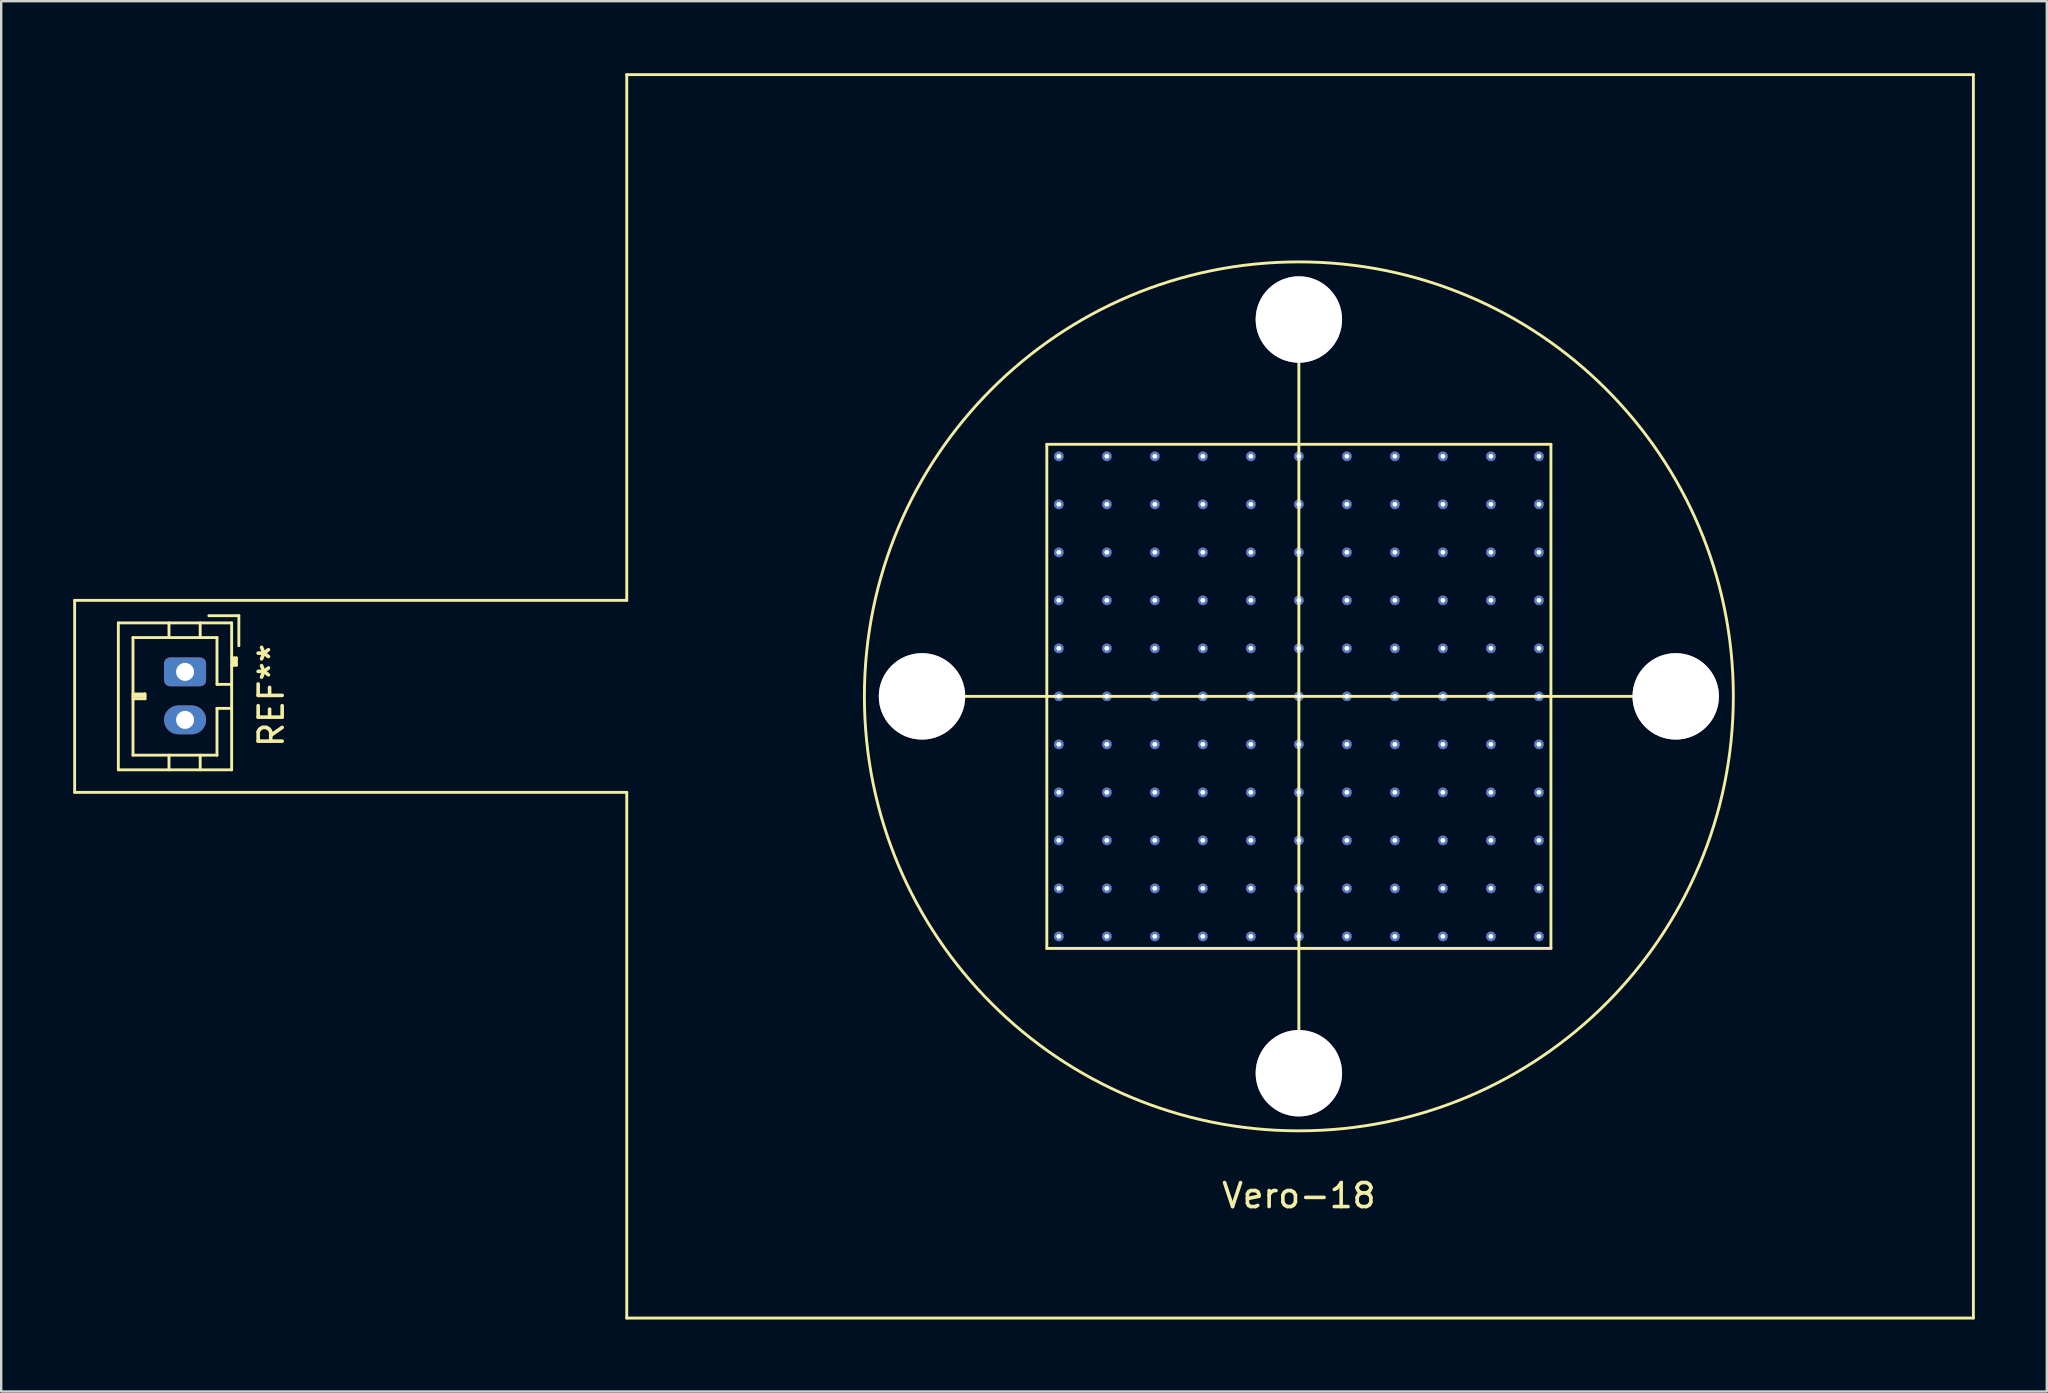
<source format=kicad_pcb>
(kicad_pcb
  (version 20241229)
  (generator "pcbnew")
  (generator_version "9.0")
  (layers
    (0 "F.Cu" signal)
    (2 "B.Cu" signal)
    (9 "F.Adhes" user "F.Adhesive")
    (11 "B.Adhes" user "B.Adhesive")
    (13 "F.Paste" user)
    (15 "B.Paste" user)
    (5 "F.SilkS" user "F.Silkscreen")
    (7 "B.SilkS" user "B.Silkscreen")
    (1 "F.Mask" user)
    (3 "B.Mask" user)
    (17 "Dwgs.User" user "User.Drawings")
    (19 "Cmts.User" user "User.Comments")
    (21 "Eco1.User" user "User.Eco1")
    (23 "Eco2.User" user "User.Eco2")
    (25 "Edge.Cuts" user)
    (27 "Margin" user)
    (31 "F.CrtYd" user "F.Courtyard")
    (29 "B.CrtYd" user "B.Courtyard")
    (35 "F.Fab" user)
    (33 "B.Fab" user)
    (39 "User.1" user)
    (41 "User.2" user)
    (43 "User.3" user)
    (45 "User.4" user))
  (footprint "Vero-18"
    (layer "F.Cu")
    (at 51.06 25.96)
    (property "Reference" "Vero-18" (at 0 20.8 0) (layer "F.SilkS") (effects (font (size 1 1) (thickness 0.15))))
    (attr through_hole)
    (fp_line (start -51 -4) (end -28 -4) (stroke (width 0.12) (type solid)) (layer "F.SilkS"))
    (fp_line (start -51 4) (end -51 -4) (stroke (width 0.12) (type solid)) (layer "F.SilkS"))
    (fp_line (start -49.18 -3.06) (end -49.18 3.06) (stroke (width 0.12) (type solid)) (layer "F.SilkS"))
    (fp_line (start -49.18 3.06) (end -44.46 3.06) (stroke (width 0.12) (type solid)) (layer "F.SilkS"))
    (fp_line (start -48.57 -2.45) (end -48.57 2.45) (stroke (width 0.12) (type solid)) (layer "F.SilkS"))
    (fp_line (start -48.57 -0.1) (end -48.07 -0.1) (stroke (width 0.12) (type solid)) (layer "F.SilkS"))
    (fp_line (start -48.57 0) (end -48.07 0) (stroke (width 0.12) (type solid)) (layer "F.SilkS"))
    (fp_line (start -48.57 2.45) (end -45.07 2.45) (stroke (width 0.12) (type solid)) (layer "F.SilkS"))
    (fp_line (start -48.07 -0.1) (end -48.07 0.1) (stroke (width 0.12) (type solid)) (layer "F.SilkS"))
    (fp_line (start -48.07 0.1) (end -48.57 0.1) (stroke (width 0.12) (type solid)) (layer "F.SilkS"))
    (fp_line (start -47.07 -3.06) (end -47.07 -2.45) (stroke (width 0.12) (type solid)) (layer "F.SilkS"))
    (fp_line (start -47.07 3.06) (end -47.07 2.45) (stroke (width 0.12) (type solid)) (layer "F.SilkS"))
    (fp_line (start -45.77 -3.06) (end -45.77 -2.45) (stroke (width 0.12) (type solid)) (layer "F.SilkS"))
    (fp_line (start -45.77 3.06) (end -45.77 2.45) (stroke (width 0.12) (type solid)) (layer "F.SilkS"))
    (fp_line (start -45.07 -2.45) (end -48.57 -2.45) (stroke (width 0.12) (type solid)) (layer "F.SilkS"))
    (fp_line (start -45.07 -0.5) (end -45.07 -2.45) (stroke (width 0.12) (type solid)) (layer "F.SilkS"))
    (fp_line (start -45.07 0.5) (end -44.46 0.5) (stroke (width 0.12) (type solid)) (layer "F.SilkS"))
    (fp_line (start -45.07 2.45) (end -45.07 0.5) (stroke (width 0.12) (type solid)) (layer "F.SilkS"))
    (fp_line (start -44.46 -3.06) (end -49.18 -3.06) (stroke (width 0.12) (type solid)) (layer "F.SilkS"))
    (fp_line (start -44.46 -1.3) (end -44.26 -1.3) (stroke (width 0.12) (type solid)) (layer "F.SilkS"))
    (fp_line (start -44.46 -0.5) (end -45.07 -0.5) (stroke (width 0.12) (type solid)) (layer "F.SilkS"))
    (fp_line (start -44.46 3.06) (end -44.46 -3.06) (stroke (width 0.12) (type solid)) (layer "F.SilkS"))
    (fp_line (start -44.36 -1.3) (end -44.36 -1.6) (stroke (width 0.12) (type solid)) (layer "F.SilkS"))
    (fp_line (start -44.26 -1.6) (end -44.46 -1.6) (stroke (width 0.12) (type solid)) (layer "F.SilkS"))
    (fp_line (start -44.26 -1.3) (end -44.26 -1.6) (stroke (width 0.12) (type solid)) (layer "F.SilkS"))
    (fp_line (start -44.16 -3.36) (end -45.41 -3.36) (stroke (width 0.12) (type solid)) (layer "F.SilkS"))
    (fp_line (start -44.16 -2.11) (end -44.16 -3.36) (stroke (width 0.12) (type solid)) (layer "F.SilkS"))
    (fp_line (start -28 -25.9) (end 28.1 -25.9) (stroke (width 0.12) (type solid)) (layer "F.SilkS"))
    (fp_line (start -28 -4) (end -28 -25.9) (stroke (width 0.12) (type solid)) (layer "F.SilkS"))
    (fp_line (start -28 4) (end -51 4) (stroke (width 0.12) (type solid)) (layer "F.SilkS"))
    (fp_line (start -28 25.9) (end -28 4) (stroke (width 0.12) (type solid)) (layer "F.SilkS"))
    (fp_line (start -15.7 0) (end 15.7 0) (stroke (width 0.12) (type solid)) (layer "F.SilkS"))
    (fp_line (start -10.5 -10.5) (end -10.5 10.5) (stroke (width 0.12) (type solid)) (layer "F.SilkS"))
    (fp_line (start -10.5 -10.5) (end 10.5 -10.5) (stroke (width 0.12) (type solid)) (layer "F.SilkS"))
    (fp_line (start -10.5 10.5) (end 10.5 10.5) (stroke (width 0.12) (type solid)) (layer "F.SilkS"))
    (fp_line (start 0 -15.7) (end 0 15.7) (stroke (width 0.12) (type solid)) (layer "F.SilkS"))
    (fp_line (start 10.5 10.5) (end 10.5 -10.5) (stroke (width 0.12) (type solid)) (layer "F.SilkS"))
    (fp_line (start 28.1 -25.9) (end 28.1 25.9) (stroke (width 0.12) (type solid)) (layer "F.SilkS"))
    (fp_line (start 28.1 25.9) (end -28 25.9) (stroke (width 0.12) (type solid)) (layer "F.SilkS"))
    (fp_circle (center 0 0) (end 18.1 0) (stroke (width 0.12) (type solid)) (fill no) (layer "F.SilkS"))
    (fp_text user "REF**" (at -42.81 -0.04 270) (layer "F.SilkS") (effects (font (size 1 1) (thickness 0.15))))
    (pad "0" thru_hole circle (at -15.7 0) (size 3.6 3.6) (drill 3.6) (layers "*.Cu" "*.Mask"))
    (pad "0" thru_hole circle (at -10 -10) (size 0.4 0.4) (drill 0.2) (layers "*.Cu" "*.Mask"))
    (pad "0" thru_hole circle (at -10 -8) (size 0.4 0.4) (drill 0.2) (layers "*.Cu" "*.Mask"))
    (pad "0" thru_hole circle (at -10 -6) (size 0.4 0.4) (drill 0.2) (layers "*.Cu" "*.Mask"))
    (pad "0" thru_hole circle (at -10 -4) (size 0.4 0.4) (drill 0.2) (layers "*.Cu" "*.Mask"))
    (pad "0" thru_hole circle (at -10 -2) (size 0.4 0.4) (drill 0.2) (layers "*.Cu" "*.Mask"))
    (pad "0" thru_hole circle (at -10 0) (size 0.4 0.4) (drill 0.2) (layers "*.Cu" "*.Mask"))
    (pad "0" thru_hole circle (at -10 2) (size 0.4 0.4) (drill 0.2) (layers "*.Cu" "*.Mask"))
    (pad "0" thru_hole circle (at -10 4) (size 0.4 0.4) (drill 0.2) (layers "*.Cu" "*.Mask"))
    (pad "0" thru_hole circle (at -10 6) (size 0.4 0.4) (drill 0.2) (layers "*.Cu" "*.Mask"))
    (pad "0" thru_hole circle (at -10 8) (size 0.4 0.4) (drill 0.2) (layers "*.Cu" "*.Mask"))
    (pad "0" thru_hole circle (at -10 10) (size 0.4 0.4) (drill 0.2) (layers "*.Cu" "*.Mask"))
    (pad "0" thru_hole circle (at -8 -10) (size 0.4 0.4) (drill 0.2) (layers "*.Cu" "*.Mask"))
    (pad "0" thru_hole circle (at -8 -8) (size 0.4 0.4) (drill 0.2) (layers "*.Cu" "*.Mask"))
    (pad "0" thru_hole circle (at -8 -6) (size 0.4 0.4) (drill 0.2) (layers "*.Cu" "*.Mask"))
    (pad "0" thru_hole circle (at -8 -4) (size 0.4 0.4) (drill 0.2) (layers "*.Cu" "*.Mask"))
    (pad "0" thru_hole circle (at -8 -2) (size 0.4 0.4) (drill 0.2) (layers "*.Cu" "*.Mask"))
    (pad "0" thru_hole circle (at -8 0) (size 0.4 0.4) (drill 0.2) (layers "*.Cu" "*.Mask"))
    (pad "0" thru_hole circle (at -8 2) (size 0.4 0.4) (drill 0.2) (layers "*.Cu" "*.Mask"))
    (pad "0" thru_hole circle (at -8 4) (size 0.4 0.4) (drill 0.2) (layers "*.Cu" "*.Mask"))
    (pad "0" thru_hole circle (at -8 6) (size 0.4 0.4) (drill 0.2) (layers "*.Cu" "*.Mask"))
    (pad "0" thru_hole circle (at -8 8) (size 0.4 0.4) (drill 0.2) (layers "*.Cu" "*.Mask"))
    (pad "0" thru_hole circle (at -8 10) (size 0.4 0.4) (drill 0.2) (layers "*.Cu" "*.Mask"))
    (pad "0" thru_hole circle (at -6 -10) (size 0.4 0.4) (drill 0.2) (layers "*.Cu" "*.Mask"))
    (pad "0" thru_hole circle (at -6 -8) (size 0.4 0.4) (drill 0.2) (layers "*.Cu" "*.Mask"))
    (pad "0" thru_hole circle (at -6 -6) (size 0.4 0.4) (drill 0.2) (layers "*.Cu" "*.Mask"))
    (pad "0" thru_hole circle (at -6 -4) (size 0.4 0.4) (drill 0.2) (layers "*.Cu" "*.Mask"))
    (pad "0" thru_hole circle (at -6 -2) (size 0.4 0.4) (drill 0.2) (layers "*.Cu" "*.Mask"))
    (pad "0" thru_hole circle (at -6 0) (size 0.4 0.4) (drill 0.2) (layers "*.Cu" "*.Mask"))
    (pad "0" thru_hole circle (at -6 2) (size 0.4 0.4) (drill 0.2) (layers "*.Cu" "*.Mask"))
    (pad "0" thru_hole circle (at -6 4) (size 0.4 0.4) (drill 0.2) (layers "*.Cu" "*.Mask"))
    (pad "0" thru_hole circle (at -6 6) (size 0.4 0.4) (drill 0.2) (layers "*.Cu" "*.Mask"))
    (pad "0" thru_hole circle (at -6 8) (size 0.4 0.4) (drill 0.2) (layers "*.Cu" "*.Mask"))
    (pad "0" thru_hole circle (at -6 10) (size 0.4 0.4) (drill 0.2) (layers "*.Cu" "*.Mask"))
    (pad "0" thru_hole circle (at -4 -10) (size 0.4 0.4) (drill 0.2) (layers "*.Cu" "*.Mask"))
    (pad "0" thru_hole circle (at -4 -8) (size 0.4 0.4) (drill 0.2) (layers "*.Cu" "*.Mask"))
    (pad "0" thru_hole circle (at -4 -6) (size 0.4 0.4) (drill 0.2) (layers "*.Cu" "*.Mask"))
    (pad "0" thru_hole circle (at -4 -4) (size 0.4 0.4) (drill 0.2) (layers "*.Cu" "*.Mask"))
    (pad "0" thru_hole circle (at -4 -2) (size 0.4 0.4) (drill 0.2) (layers "*.Cu" "*.Mask"))
    (pad "0" thru_hole circle (at -4 0) (size 0.4 0.4) (drill 0.2) (layers "*.Cu" "*.Mask"))
    (pad "0" thru_hole circle (at -4 2) (size 0.4 0.4) (drill 0.2) (layers "*.Cu" "*.Mask"))
    (pad "0" thru_hole circle (at -4 4) (size 0.4 0.4) (drill 0.2) (layers "*.Cu" "*.Mask"))
    (pad "0" thru_hole circle (at -4 6) (size 0.4 0.4) (drill 0.2) (layers "*.Cu" "*.Mask"))
    (pad "0" thru_hole circle (at -4 8) (size 0.4 0.4) (drill 0.2) (layers "*.Cu" "*.Mask"))
    (pad "0" thru_hole circle (at -4 10) (size 0.4 0.4) (drill 0.2) (layers "*.Cu" "*.Mask"))
    (pad "0" thru_hole circle (at -2 -10) (size 0.4 0.4) (drill 0.2) (layers "*.Cu" "*.Mask"))
    (pad "0" thru_hole circle (at -2 -8) (size 0.4 0.4) (drill 0.2) (layers "*.Cu" "*.Mask"))
    (pad "0" thru_hole circle (at -2 -6) (size 0.4 0.4) (drill 0.2) (layers "*.Cu" "*.Mask"))
    (pad "0" thru_hole circle (at -2 -4) (size 0.4 0.4) (drill 0.2) (layers "*.Cu" "*.Mask"))
    (pad "0" thru_hole circle (at -2 -2) (size 0.4 0.4) (drill 0.2) (layers "*.Cu" "*.Mask"))
    (pad "0" thru_hole circle (at -2 0) (size 0.4 0.4) (drill 0.2) (layers "*.Cu" "*.Mask"))
    (pad "0" thru_hole circle (at -2 2) (size 0.4 0.4) (drill 0.2) (layers "*.Cu" "*.Mask"))
    (pad "0" thru_hole circle (at -2 4) (size 0.4 0.4) (drill 0.2) (layers "*.Cu" "*.Mask"))
    (pad "0" thru_hole circle (at -2 6) (size 0.4 0.4) (drill 0.2) (layers "*.Cu" "*.Mask"))
    (pad "0" thru_hole circle (at -2 8) (size 0.4 0.4) (drill 0.2) (layers "*.Cu" "*.Mask"))
    (pad "0" thru_hole circle (at -2 10) (size 0.4 0.4) (drill 0.2) (layers "*.Cu" "*.Mask"))
    (pad "0" thru_hole circle (at 0 -15.7) (size 3.6 3.6) (drill 3.6) (layers "*.Cu" "*.Mask"))
    (pad "0" thru_hole circle (at 0 -10) (size 0.4 0.4) (drill 0.2) (layers "*.Cu" "*.Mask"))
    (pad "0" thru_hole circle (at 0 -8) (size 0.4 0.4) (drill 0.2) (layers "*.Cu" "*.Mask"))
    (pad "0" thru_hole circle (at 0 -6) (size 0.4 0.4) (drill 0.2) (layers "*.Cu" "*.Mask"))
    (pad "0" thru_hole circle (at 0 -4) (size 0.4 0.4) (drill 0.2) (layers "*.Cu" "*.Mask"))
    (pad "0" thru_hole circle (at 0 -2) (size 0.4 0.4) (drill 0.2) (layers "*.Cu" "*.Mask"))
    (pad "0" thru_hole circle (at 0 0) (size 0.4 0.4) (drill 0.2) (layers "*.Cu" "*.Mask"))
    (pad "0" thru_hole circle (at 0 2) (size 0.4 0.4) (drill 0.2) (layers "*.Cu" "*.Mask"))
    (pad "0" thru_hole circle (at 0 4) (size 0.4 0.4) (drill 0.2) (layers "*.Cu" "*.Mask"))
    (pad "0" thru_hole circle (at 0 6) (size 0.4 0.4) (drill 0.2) (layers "*.Cu" "*.Mask"))
    (pad "0" thru_hole circle (at 0 8) (size 0.4 0.4) (drill 0.2) (layers "*.Cu" "*.Mask"))
    (pad "0" thru_hole circle (at 0 10) (size 0.4 0.4) (drill 0.2) (layers "*.Cu" "*.Mask"))
    (pad "0" thru_hole circle (at 0 15.7) (size 3.6 3.6) (drill 3.6) (layers "*.Cu" "*.Mask"))
    (pad "0" thru_hole circle (at 2 -10) (size 0.4 0.4) (drill 0.2) (layers "*.Cu" "*.Mask"))
    (pad "0" thru_hole circle (at 2 -8) (size 0.4 0.4) (drill 0.2) (layers "*.Cu" "*.Mask"))
    (pad "0" thru_hole circle (at 2 -6) (size 0.4 0.4) (drill 0.2) (layers "*.Cu" "*.Mask"))
    (pad "0" thru_hole circle (at 2 -4) (size 0.4 0.4) (drill 0.2) (layers "*.Cu" "*.Mask"))
    (pad "0" thru_hole circle (at 2 -2) (size 0.4 0.4) (drill 0.2) (layers "*.Cu" "*.Mask"))
    (pad "0" thru_hole circle (at 2 0) (size 0.4 0.4) (drill 0.2) (layers "*.Cu" "*.Mask"))
    (pad "0" thru_hole circle (at 2 2) (size 0.4 0.4) (drill 0.2) (layers "*.Cu" "*.Mask"))
    (pad "0" thru_hole circle (at 2 4) (size 0.4 0.4) (drill 0.2) (layers "*.Cu" "*.Mask"))
    (pad "0" thru_hole circle (at 2 6) (size 0.4 0.4) (drill 0.2) (layers "*.Cu" "*.Mask"))
    (pad "0" thru_hole circle (at 2 8) (size 0.4 0.4) (drill 0.2) (layers "*.Cu" "*.Mask"))
    (pad "0" thru_hole circle (at 2 10) (size 0.4 0.4) (drill 0.2) (layers "*.Cu" "*.Mask"))
    (pad "0" thru_hole circle (at 4 -10) (size 0.4 0.4) (drill 0.2) (layers "*.Cu" "*.Mask"))
    (pad "0" thru_hole circle (at 4 -8) (size 0.4 0.4) (drill 0.2) (layers "*.Cu" "*.Mask"))
    (pad "0" thru_hole circle (at 4 -6) (size 0.4 0.4) (drill 0.2) (layers "*.Cu" "*.Mask"))
    (pad "0" thru_hole circle (at 4 -4) (size 0.4 0.4) (drill 0.2) (layers "*.Cu" "*.Mask"))
    (pad "0" thru_hole circle (at 4 -2) (size 0.4 0.4) (drill 0.2) (layers "*.Cu" "*.Mask"))
    (pad "0" thru_hole circle (at 4 0) (size 0.4 0.4) (drill 0.2) (layers "*.Cu" "*.Mask"))
    (pad "0" thru_hole circle (at 4 2) (size 0.4 0.4) (drill 0.2) (layers "*.Cu" "*.Mask"))
    (pad "0" thru_hole circle (at 4 4) (size 0.4 0.4) (drill 0.2) (layers "*.Cu" "*.Mask"))
    (pad "0" thru_hole circle (at 4 6) (size 0.4 0.4) (drill 0.2) (layers "*.Cu" "*.Mask"))
    (pad "0" thru_hole circle (at 4 8) (size 0.4 0.4) (drill 0.2) (layers "*.Cu" "*.Mask"))
    (pad "0" thru_hole circle (at 4 10) (size 0.4 0.4) (drill 0.2) (layers "*.Cu" "*.Mask"))
    (pad "0" thru_hole circle (at 6 -10) (size 0.4 0.4) (drill 0.2) (layers "*.Cu" "*.Mask"))
    (pad "0" thru_hole circle (at 6 -8) (size 0.4 0.4) (drill 0.2) (layers "*.Cu" "*.Mask"))
    (pad "0" thru_hole circle (at 6 -6) (size 0.4 0.4) (drill 0.2) (layers "*.Cu" "*.Mask"))
    (pad "0" thru_hole circle (at 6 -4) (size 0.4 0.4) (drill 0.2) (layers "*.Cu" "*.Mask"))
    (pad "0" thru_hole circle (at 6 -2) (size 0.4 0.4) (drill 0.2) (layers "*.Cu" "*.Mask"))
    (pad "0" thru_hole circle (at 6 0) (size 0.4 0.4) (drill 0.2) (layers "*.Cu" "*.Mask"))
    (pad "0" thru_hole circle (at 6 2) (size 0.4 0.4) (drill 0.2) (layers "*.Cu" "*.Mask"))
    (pad "0" thru_hole circle (at 6 4) (size 0.4 0.4) (drill 0.2) (layers "*.Cu" "*.Mask"))
    (pad "0" thru_hole circle (at 6 6) (size 0.4 0.4) (drill 0.2) (layers "*.Cu" "*.Mask"))
    (pad "0" thru_hole circle (at 6 8) (size 0.4 0.4) (drill 0.2) (layers "*.Cu" "*.Mask"))
    (pad "0" thru_hole circle (at 6 10) (size 0.4 0.4) (drill 0.2) (layers "*.Cu" "*.Mask"))
    (pad "0" thru_hole circle (at 8 -10) (size 0.4 0.4) (drill 0.2) (layers "*.Cu" "*.Mask"))
    (pad "0" thru_hole circle (at 8 -8) (size 0.4 0.4) (drill 0.2) (layers "*.Cu" "*.Mask"))
    (pad "0" thru_hole circle (at 8 -6) (size 0.4 0.4) (drill 0.2) (layers "*.Cu" "*.Mask"))
    (pad "0" thru_hole circle (at 8 -4) (size 0.4 0.4) (drill 0.2) (layers "*.Cu" "*.Mask"))
    (pad "0" thru_hole circle (at 8 -2) (size 0.4 0.4) (drill 0.2) (layers "*.Cu" "*.Mask"))
    (pad "0" thru_hole circle (at 8 0) (size 0.4 0.4) (drill 0.2) (layers "*.Cu" "*.Mask"))
    (pad "0" thru_hole circle (at 8 2) (size 0.4 0.4) (drill 0.2) (layers "*.Cu" "*.Mask"))
    (pad "0" thru_hole circle (at 8 4) (size 0.4 0.4) (drill 0.2) (layers "*.Cu" "*.Mask"))
    (pad "0" thru_hole circle (at 8 6) (size 0.4 0.4) (drill 0.2) (layers "*.Cu" "*.Mask"))
    (pad "0" thru_hole circle (at 8 8) (size 0.4 0.4) (drill 0.2) (layers "*.Cu" "*.Mask"))
    (pad "0" thru_hole circle (at 8 10) (size 0.4 0.4) (drill 0.2) (layers "*.Cu" "*.Mask"))
    (pad "0" thru_hole circle (at 10 -10) (size 0.4 0.4) (drill 0.2) (layers "*.Cu" "*.Mask"))
    (pad "0" thru_hole circle (at 10 -8) (size 0.4 0.4) (drill 0.2) (layers "*.Cu" "*.Mask"))
    (pad "0" thru_hole circle (at 10 -6) (size 0.4 0.4) (drill 0.2) (layers "*.Cu" "*.Mask"))
    (pad "0" thru_hole circle (at 10 -4) (size 0.4 0.4) (drill 0.2) (layers "*.Cu" "*.Mask"))
    (pad "0" thru_hole circle (at 10 -2) (size 0.4 0.4) (drill 0.2) (layers "*.Cu" "*.Mask"))
    (pad "0" thru_hole circle (at 10 0) (size 0.4 0.4) (drill 0.2) (layers "*.Cu" "*.Mask"))
    (pad "0" thru_hole circle (at 10 2) (size 0.4 0.4) (drill 0.2) (layers "*.Cu" "*.Mask"))
    (pad "0" thru_hole circle (at 10 4) (size 0.4 0.4) (drill 0.2) (layers "*.Cu" "*.Mask"))
    (pad "0" thru_hole circle (at 10 6) (size 0.4 0.4) (drill 0.2) (layers "*.Cu" "*.Mask"))
    (pad "0" thru_hole circle (at 10 8) (size 0.4 0.4) (drill 0.2) (layers "*.Cu" "*.Mask"))
    (pad "0" thru_hole circle (at 10 10) (size 0.4 0.4) (drill 0.2) (layers "*.Cu" "*.Mask"))
    (pad "0" thru_hole circle (at 15.7 0) (size 3.6 3.6) (drill 3.6) (layers "*.Cu" "*.Mask"))
    (pad "1" thru_hole roundrect (at -46.4 -1.02 270) (size 1.2 1.75) (drill 0.75) (layers "*.Cu" "*.Mask") (roundrect_rratio 0.208))
    (pad "2" thru_hole oval (at -46.4 0.98 270) (size 1.2 1.75) (drill 0.75) (layers "*.Cu" "*.Mask")))
  (gr_rect
    (start -3 -3)
    (end 82.22 54.92)
    (stroke (width 0.1) (type default))
    (fill no)
    (layer "Edge.Cuts")))
</source>
